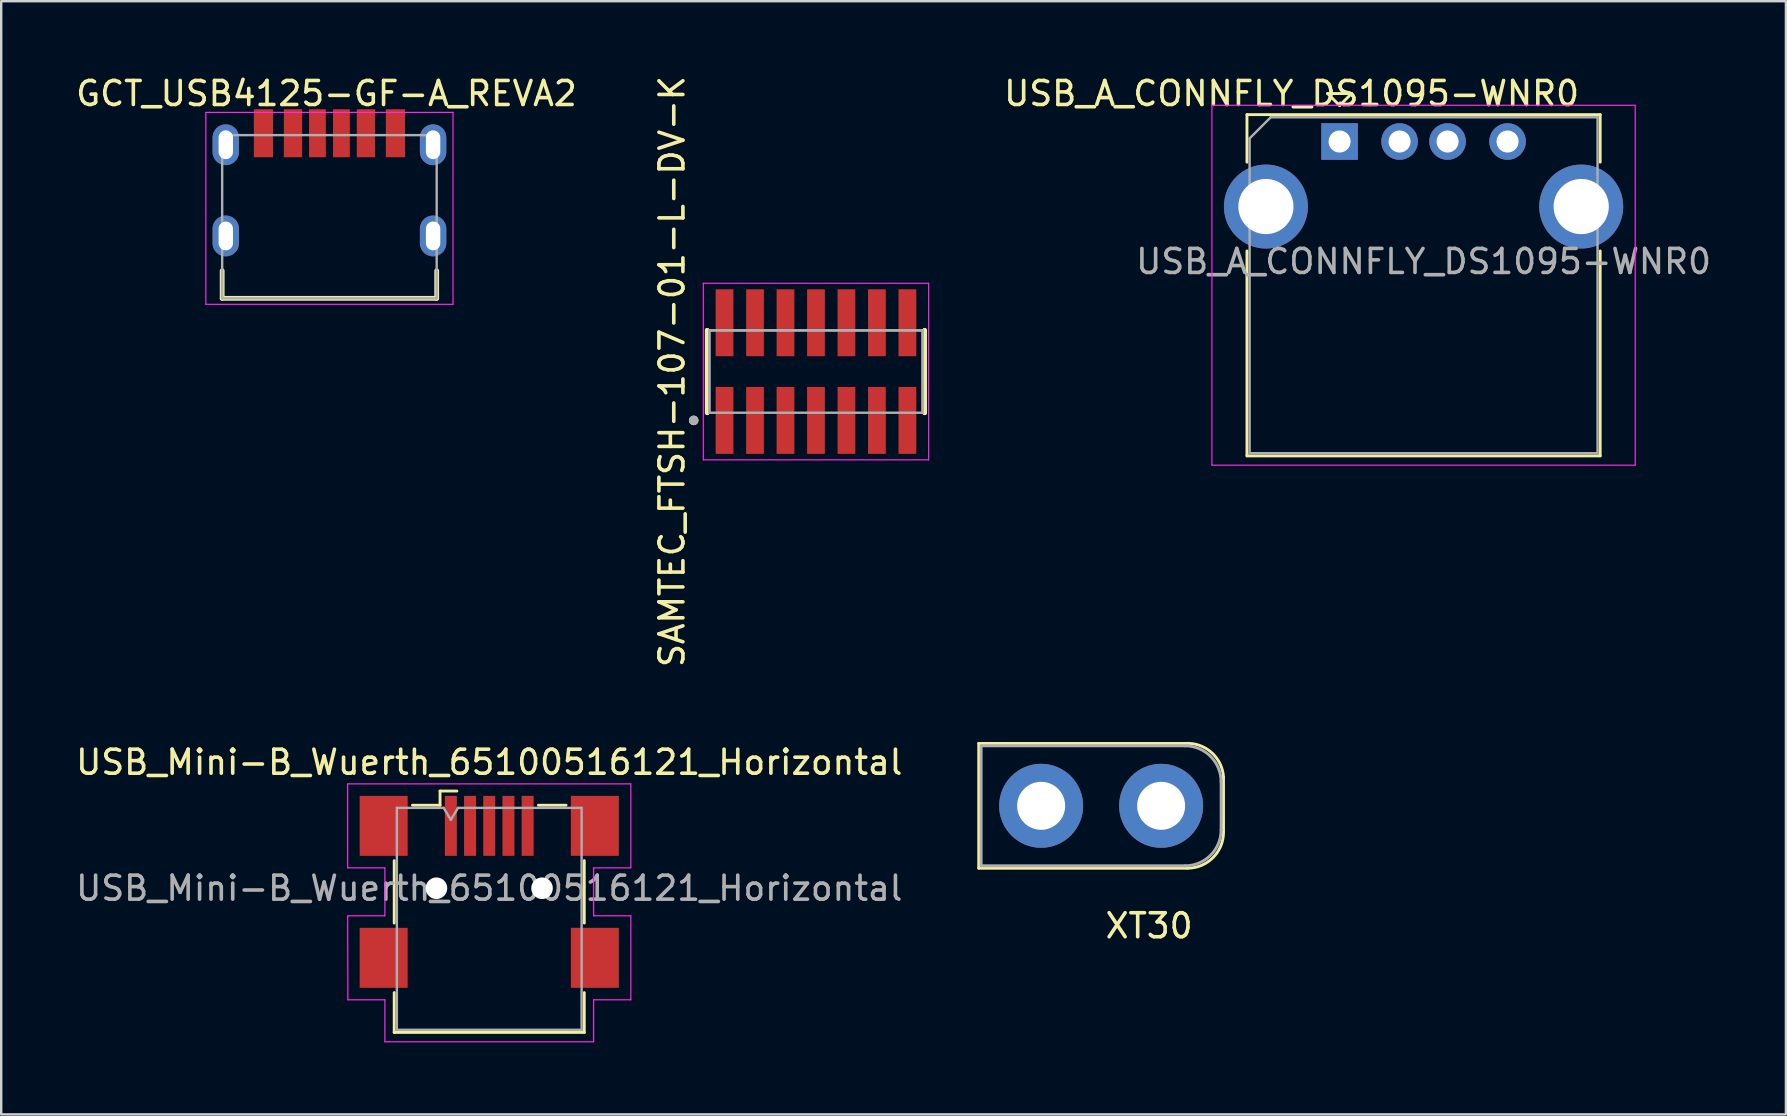
<source format=kicad_pcb>
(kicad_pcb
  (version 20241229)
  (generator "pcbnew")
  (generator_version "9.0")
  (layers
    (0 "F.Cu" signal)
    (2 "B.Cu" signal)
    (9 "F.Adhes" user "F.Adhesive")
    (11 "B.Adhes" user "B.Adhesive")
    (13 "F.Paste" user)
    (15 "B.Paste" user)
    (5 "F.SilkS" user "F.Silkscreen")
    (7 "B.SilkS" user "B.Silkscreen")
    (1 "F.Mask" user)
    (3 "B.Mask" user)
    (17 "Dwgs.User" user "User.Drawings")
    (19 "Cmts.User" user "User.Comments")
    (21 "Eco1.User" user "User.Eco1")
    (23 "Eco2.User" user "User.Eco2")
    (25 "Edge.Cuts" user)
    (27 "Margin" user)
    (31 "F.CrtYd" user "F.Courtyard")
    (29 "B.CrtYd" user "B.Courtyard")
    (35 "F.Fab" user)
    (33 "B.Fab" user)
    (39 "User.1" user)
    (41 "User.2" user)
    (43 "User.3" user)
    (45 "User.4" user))
  (footprint "XT30"
    (layer "F.Cu")
    (at 42.839 30.532)
    (property "Reference" "XT30" (at 2 5 0) (layer "F.SilkS") (effects (font (size 1 1) (thickness 0.15))))
    (attr through_hole)
    (fp_line (start -5.1 -2.6) (end -5.1 2.6) (stroke (width 0.12) (type solid)) (layer "F.SilkS"))
    (fp_line (start -5.1 2.6) (end 3.6 2.6) (stroke (width 0.12) (type solid)) (layer "F.SilkS"))
    (fp_line (start 3.5 -2.6) (end -5.1 -2.6) (stroke (width 0.12) (type solid)) (layer "F.SilkS"))
    (fp_line (start 5.1 1.1) (end 5.1 -1.2) (stroke (width 0.12) (type solid)) (layer "F.SilkS"))
    (fp_arc (start 3.5 -2.6) (mid 4.589949 -2.231371) (end 5.1 -1.2) (stroke (width 0.12) (type solid)) (layer "F.SilkS"))
    (fp_arc (start 5.1 1.1) (mid 4.66066 2.16066) (end 3.6 2.6) (stroke (width 0.12) (type solid)) (layer "F.SilkS"))
    (fp_line (start -5 -2.5) (end -5 2.5) (stroke (width 0.12) (type solid)) (layer "F.Fab"))
    (fp_line (start -5 -2.5) (end 3.5 -2.5) (stroke (width 0.12) (type solid)) (layer "F.Fab"))
    (fp_line (start -5 2.5) (end 3.5 2.5) (stroke (width 0.12) (type solid)) (layer "F.Fab"))
    (fp_line (start 5 -1) (end 5 1) (stroke (width 0.12) (type solid)) (layer "F.Fab"))
    (fp_arc (start 3.5 -2.5) (mid 4.56066 -2.06066) (end 5 -1) (stroke (width 0.12) (type solid)) (layer "F.Fab"))
    (fp_arc (start 5 1) (mid 4.56066 2.06066) (end 3.5 2.5) (stroke (width 0.12) (type solid)) (layer "F.Fab"))
    (pad "1" thru_hole circle (at -2.5 0 90) (size 3.5 3.5) (drill 2) (layers "*.Cu" "*.Mask"))
    (pad "2" thru_hole circle (at 2.5 0 90) (size 3.5 3.5) (drill 2) (layers "*.Cu" "*.Mask")))
  (footprint "USB_Mini-B_Wuerth_65100516121_Horizontal"
    (layer "F.Cu")
    (at 17.339 33.967)
    (property "Reference" "USB_Mini-B_Wuerth_65100516121_Horizontal" (at 0 -5.25 0) (layer "F.SilkS") (effects (font (size 1 1) (thickness 0.15))))
    (attr smd)
    (fp_line (start -3.96 1.45) (end -3.96 -1.15) (stroke (width 0.12) (type solid)) (layer "F.SilkS"))
    (fp_line (start -3.96 4.35) (end -3.96 6.01) (stroke (width 0.12) (type solid)) (layer "F.SilkS"))
    (fp_line (start -3.96 6.01) (end 3.96 6.01) (stroke (width 0.12) (type solid)) (layer "F.SilkS"))
    (fp_line (start -3.2 -3.46) (end -2.05 -3.46) (stroke (width 0.12) (type solid)) (layer "F.SilkS"))
    (fp_line (start -2.05 -4.05) (end -1.35 -4.05) (stroke (width 0.12) (type solid)) (layer "F.SilkS"))
    (fp_line (start -2.05 -3.46) (end -2.05 -4.05) (stroke (width 0.12) (type solid)) (layer "F.SilkS"))
    (fp_line (start 2.05 -3.46) (end 3.2 -3.46) (stroke (width 0.12) (type solid)) (layer "F.SilkS"))
    (fp_line (start 3.96 -1.15) (end 3.96 1.45) (stroke (width 0.12) (type solid)) (layer "F.SilkS"))
    (fp_line (start 3.96 6.01) (end 3.96 4.35) (stroke (width 0.12) (type solid)) (layer "F.SilkS"))
    (fp_line (start -5.9 -4.35) (end 5.9 -4.35) (stroke (width 0.05) (type solid)) (layer "F.CrtYd"))
    (fp_line (start -5.9 -0.85) (end -5.9 -4.35) (stroke (width 0.05) (type solid)) (layer "F.CrtYd"))
    (fp_line (start -5.9 1.15) (end -4.35 1.15) (stroke (width 0.05) (type solid)) (layer "F.CrtYd"))
    (fp_line (start -5.89 4.65) (end -5.9 1.15) (stroke (width 0.05) (type solid)) (layer "F.CrtYd"))
    (fp_line (start -4.35 -0.85) (end -5.9 -0.85) (stroke (width 0.05) (type solid)) (layer "F.CrtYd"))
    (fp_line (start -4.35 1.15) (end -4.35 -0.85) (stroke (width 0.05) (type solid)) (layer "F.CrtYd"))
    (fp_line (start -4.35 4.65) (end -5.89 4.65) (stroke (width 0.05) (type solid)) (layer "F.CrtYd"))
    (fp_line (start -4.35 6.4) (end -4.35 4.65) (stroke (width 0.05) (type solid)) (layer "F.CrtYd"))
    (fp_line (start 4.35 -0.85) (end 4.35 1.15) (stroke (width 0.05) (type solid)) (layer "F.CrtYd"))
    (fp_line (start 4.35 1.15) (end 5.9 1.15) (stroke (width 0.05) (type solid)) (layer "F.CrtYd"))
    (fp_line (start 4.35 4.65) (end 4.35 6.4) (stroke (width 0.05) (type solid)) (layer "F.CrtYd"))
    (fp_line (start 4.35 6.4) (end -4.35 6.4) (stroke (width 0.05) (type solid)) (layer "F.CrtYd"))
    (fp_line (start 5.9 -4.35) (end 5.9 -0.85) (stroke (width 0.05) (type solid)) (layer "F.CrtYd"))
    (fp_line (start 5.9 -0.85) (end 4.35 -0.85) (stroke (width 0.05) (type solid)) (layer "F.CrtYd"))
    (fp_line (start 5.9 1.15) (end 5.9 4.65) (stroke (width 0.05) (type solid)) (layer "F.CrtYd"))
    (fp_line (start 5.9 4.65) (end 4.35 4.65) (stroke (width 0.05) (type solid)) (layer "F.CrtYd"))
    (fp_line (start -3.85 -3.35) (end -1.9 -3.35) (stroke (width 0.1) (type solid)) (layer "F.Fab"))
    (fp_line (start -3.85 5.9) (end -3.85 -3.35) (stroke (width 0.1) (type solid)) (layer "F.Fab"))
    (fp_line (start -1.9 -3.35) (end -1.6 -2.85) (stroke (width 0.1) (type solid)) (layer "F.Fab"))
    (fp_line (start -1.6 -2.85) (end -1.3 -3.35) (stroke (width 0.1) (type solid)) (layer "F.Fab"))
    (fp_line (start -1.3 -3.35) (end 3.85 -3.35) (stroke (width 0.1) (type solid)) (layer "F.Fab"))
    (fp_line (start 3.85 -3.35) (end 3.85 5.9) (stroke (width 0.1) (type solid)) (layer "F.Fab"))
    (fp_line (start 3.85 5.9) (end -3.85 5.9) (stroke (width 0.1) (type solid)) (layer "F.Fab"))
    (fp_text user "${REFERENCE}" (at 0 0 0) (layer "F.Fab") (effects (font (size 1 1) (thickness 0.15))))
    (pad "" np_thru_hole circle (at -2.2 0) (size 0.9 0.9) (drill 0.9) (layers "*.Cu" "*.Mask"))
    (pad "" np_thru_hole circle (at 2.2 0) (size 0.9 0.9) (drill 0.9) (layers "*.Cu" "*.Mask"))
    (pad "1" smd rect (at -1.6 -2.6) (size 0.5 2.5) (layers "F.Cu" "F.Mask" "F.Paste"))
    (pad "2" smd rect (at -0.8 -2.6) (size 0.5 2.5) (layers "F.Cu" "F.Mask" "F.Paste"))
    (pad "3" smd rect (at 0 -2.6) (size 0.5 2.5) (layers "F.Cu" "F.Mask" "F.Paste"))
    (pad "4" smd rect (at 0.8 -2.6) (size 0.5 2.5) (layers "F.Cu" "F.Mask" "F.Paste"))
    (pad "5" smd rect (at 1.6 -2.6) (size 0.5 2.5) (layers "F.Cu" "F.Mask" "F.Paste"))
    (pad "6" smd rect (at -4.4 -2.6) (size 2 2.5) (layers "F.Cu" "F.Mask" "F.Paste"))
    (pad "6" smd rect (at -4.4 2.9) (size 2 2.5) (layers "F.Cu" "F.Mask" "F.Paste"))
    (pad "6" smd rect (at 4.4 -2.6) (size 2 2.5) (layers "F.Cu" "F.Mask" "F.Paste"))
    (pad "6" smd rect (at 4.4 2.9) (size 2 2.5) (layers "F.Cu" "F.Mask" "F.Paste")))
  (footprint "SAMTEC_FTSH-107-01-L-DV-K"
    (layer "F.Cu")
    (at 30.955 12.435)
    (property "Reference" "SAMTEC_FTSH-107-01-L-DV-K" (at -6 0 90) (layer "F.SilkS") (effects (font (size 1 1) (thickness 0.15))))
    (attr through_hole)
    (fp_line (start -4.53 -1.715) (end -4.53 -1.715) (stroke (width 0.2) (type solid)) (layer "F.SilkS"))
    (fp_line (start -4.53 1.715) (end -4.53 -1.715) (stroke (width 0.2) (type solid)) (layer "F.SilkS"))
    (fp_line (start -4.53 1.715) (end -4.53 1.715) (stroke (width 0.2) (type solid)) (layer "F.SilkS"))
    (fp_line (start 4.53 -1.715) (end 4.53 -1.715) (stroke (width 0.2) (type solid)) (layer "F.SilkS"))
    (fp_line (start 4.53 -1.715) (end 4.53 1.715) (stroke (width 0.2) (type solid)) (layer "F.SilkS"))
    (fp_line (start 4.53 1.715) (end 4.53 1.715) (stroke (width 0.2) (type solid)) (layer "F.SilkS"))
    (fp_circle (center -5.095 2.035) (end -4.995 2.035) (stroke (width 0.2) (type solid)) (fill no) (layer "F.SilkS"))
    (fp_line (start -4.695 -3.68) (end 4.695 -3.68) (stroke (width 0.05) (type solid)) (layer "F.CrtYd"))
    (fp_line (start -4.695 3.68) (end -4.695 -3.68) (stroke (width 0.05) (type solid)) (layer "F.CrtYd"))
    (fp_line (start 4.695 -3.68) (end 4.695 3.68) (stroke (width 0.05) (type solid)) (layer "F.CrtYd"))
    (fp_line (start 4.695 3.68) (end -4.695 3.68) (stroke (width 0.05) (type solid)) (layer "F.CrtYd"))
    (fp_line (start -4.445 -1.715) (end 4.445 -1.715) (stroke (width 0.1) (type solid)) (layer "F.Fab"))
    (fp_line (start -4.445 -1.715) (end 4.445 -1.715) (stroke (width 0.1) (type solid)) (layer "F.Fab"))
    (fp_line (start -4.445 1.715) (end -4.445 -1.715) (stroke (width 0.1) (type solid)) (layer "F.Fab"))
    (fp_line (start -4.445 1.715) (end -4.445 -1.715) (stroke (width 0.1) (type solid)) (layer "F.Fab"))
    (fp_line (start 4.445 -1.715) (end 4.445 1.715) (stroke (width 0.1) (type solid)) (layer "F.Fab"))
    (fp_line (start 4.445 -1.715) (end 4.445 1.715) (stroke (width 0.1) (type solid)) (layer "F.Fab"))
    (fp_line (start 4.445 1.715) (end -4.445 1.715) (stroke (width 0.1) (type solid)) (layer "F.Fab"))
    (fp_circle (center -5.095 2.035) (end -4.995 2.035) (stroke (width 0.2) (type solid)) (fill no) (layer "F.Fab"))
    (pad "1" smd rect (at -3.81 2.035) (size 0.74 2.79) (layers "F.Cu" "F.Mask" "F.Paste"))
    (pad "2" smd rect (at -3.81 -2.035) (size 0.74 2.79) (layers "F.Cu" "F.Mask" "F.Paste"))
    (pad "3" smd rect (at -2.54 2.035) (size 0.74 2.79) (layers "F.Cu" "F.Mask" "F.Paste"))
    (pad "4" smd rect (at -2.54 -2.035) (size 0.74 2.79) (layers "F.Cu" "F.Mask" "F.Paste"))
    (pad "5" smd rect (at -1.27 2.035) (size 0.74 2.79) (layers "F.Cu" "F.Mask" "F.Paste"))
    (pad "6" smd rect (at -1.27 -2.035) (size 0.74 2.79) (layers "F.Cu" "F.Mask" "F.Paste"))
    (pad "7" smd rect (at 0 2.035) (size 0.74 2.79) (layers "F.Cu" "F.Mask" "F.Paste"))
    (pad "8" smd rect (at 0 -2.035) (size 0.74 2.79) (layers "F.Cu" "F.Mask" "F.Paste"))
    (pad "9" smd rect (at 1.27 2.035) (size 0.74 2.79) (layers "F.Cu" "F.Mask" "F.Paste"))
    (pad "10" smd rect (at 1.27 -2.035) (size 0.74 2.79) (layers "F.Cu" "F.Mask" "F.Paste"))
    (pad "11" smd rect (at 2.54 2.035) (size 0.74 2.79) (layers "F.Cu" "F.Mask" "F.Paste"))
    (pad "12" smd rect (at 2.54 -2.035) (size 0.74 2.79) (layers "F.Cu" "F.Mask" "F.Paste"))
    (pad "13" smd rect (at 3.81 2.035) (size 0.74 2.79) (layers "F.Cu" "F.Mask" "F.Paste"))
    (pad "14" smd rect (at 3.81 -2.035) (size 0.74 2.79) (layers "F.Cu" "F.Mask" "F.Paste")))
  (footprint "GCT_USB4125-GF-A_REVA2"
    (layer "F.Cu")
    (at 10.679 5.983)
    (property "Reference" "GCT_USB4125-GF-A_REVA2" (at -0.125 -5.135 0) (layer "F.SilkS") (effects (font (size 1 1) (thickness 0.15))))
    (attr smd)
    (fp_line (start -4.47 2.25) (end -4.47 3.4) (stroke (width 0.2) (type solid)) (layer "F.SilkS"))
    (fp_line (start -4.47 3.4) (end 4.47 3.4) (stroke (width 0.2) (type solid)) (layer "F.SilkS"))
    (fp_line (start 4.47 3.4) (end 4.47 2.25) (stroke (width 0.2) (type solid)) (layer "F.SilkS"))
    (fp_line (start -5.15 -4.35) (end 5.15 -4.35) (stroke (width 0.05) (type solid)) (layer "F.CrtYd"))
    (fp_line (start -5.15 3.65) (end -5.15 -4.35) (stroke (width 0.05) (type solid)) (layer "F.CrtYd"))
    (fp_line (start 5.15 -4.35) (end 5.15 3.65) (stroke (width 0.05) (type solid)) (layer "F.CrtYd"))
    (fp_line (start 5.15 3.65) (end -5.15 3.65) (stroke (width 0.05) (type solid)) (layer "F.CrtYd"))
    (fp_line (start -4.47 -3.4) (end 4.47 -3.4) (stroke (width 0.1) (type solid)) (layer "F.Fab"))
    (fp_line (start -4.47 3.4) (end -4.47 -3.4) (stroke (width 0.1) (type solid)) (layer "F.Fab"))
    (fp_line (start 4.47 -3.4) (end 4.47 3.4) (stroke (width 0.1) (type solid)) (layer "F.Fab"))
    (fp_line (start 4.47 3.4) (end -4.47 3.4) (stroke (width 0.1) (type solid)) (layer "F.Fab"))
    (pad "A5" smd rect (at -0.5 -3.48) (size 0.7 2) (layers "F.Cu" "F.Mask" "F.Paste"))
    (pad "A9" smd rect (at 1.52 -3.48) (size 0.76 2) (layers "F.Cu" "F.Mask" "F.Paste"))
    (pad "A12" smd rect (at 2.75 -3.48) (size 0.8 2) (layers "F.Cu" "F.Mask" "F.Paste"))
    (pad "B5" smd rect (at 0.5 -3.48) (size 0.7 2) (layers "F.Cu" "F.Mask" "F.Paste"))
    (pad "B9" smd rect (at -1.52 -3.48) (size 0.76 2) (layers "F.Cu" "F.Mask" "F.Paste"))
    (pad "B12" smd rect (at -2.75 -3.48) (size 0.8 2) (layers "F.Cu" "F.Mask" "F.Paste"))
    (pad "S1" thru_hole oval (at -4.32 -3) (size 1.1 1.7) (drill oval 0.6 1.2) (layers "*.Cu" "*.Mask"))
    (pad "S1" thru_hole oval (at -4.32 0.8) (size 1.1 1.7) (drill oval 0.6 1.2) (layers "*.Cu" "*.Mask"))
    (pad "S1" thru_hole oval (at 4.32 -3) (size 1.1 1.7) (drill oval 0.6 1.2) (layers "*.Cu" "*.Mask"))
    (pad "S1" thru_hole oval (at 4.32 0.8) (size 1.1 1.7) (drill oval 0.6 1.2) (layers "*.Cu" "*.Mask")))
  (footprint "USB_A_CONNFLY_DS1095-WNR0"
    (layer "F.Cu")
    (at 52.777 2.848)
    (property "Reference" "USB_A_CONNFLY_DS1095-WNR0" (at -2 -2 180) (layer "F.SilkS") (effects (font (size 1 1) (thickness 0.15))))
    (attr through_hole)
    (fp_line (start -3.86 -1.12) (end -3.86 0.86) (stroke (width 0.12) (type solid)) (layer "F.SilkS"))
    (fp_line (start -3.86 -1.12) (end 10.86 -1.12) (stroke (width 0.12) (type solid)) (layer "F.SilkS"))
    (fp_line (start -3.86 4.56) (end -3.86 13.1) (stroke (width 0.12) (type solid)) (layer "F.SilkS"))
    (fp_line (start -3.86 13.1) (end 10.86 13.1) (stroke (width 0.12) (type solid)) (layer "F.SilkS"))
    (fp_line (start -0.5 -2) (end 0 -1.5) (stroke (width 0.12) (type solid)) (layer "F.SilkS"))
    (fp_line (start 0 -1.5) (end 0.5 -2) (stroke (width 0.12) (type solid)) (layer "F.SilkS"))
    (fp_line (start 0.5 -2) (end -0.5 -2) (stroke (width 0.12) (type solid)) (layer "F.SilkS"))
    (fp_line (start 10.86 0.86) (end 10.86 -1.12) (stroke (width 0.12) (type solid)) (layer "F.SilkS"))
    (fp_line (start 10.86 4.56) (end 10.86 13.1) (stroke (width 0.12) (type solid)) (layer "F.SilkS"))
    (fp_line (start -5.32 -1.51) (end -5.32 13.49) (stroke (width 0.05) (type solid)) (layer "F.CrtYd"))
    (fp_line (start -5.32 -1.51) (end 12.32 -1.51) (stroke (width 0.05) (type solid)) (layer "F.CrtYd"))
    (fp_line (start 12.32 -1.51) (end 12.32 13.49) (stroke (width 0.05) (type solid)) (layer "F.CrtYd"))
    (fp_line (start 12.32 13.49) (end -5.32 13.49) (stroke (width 0.05) (type solid)) (layer "F.CrtYd"))
    (fp_line (start -3.75 -0.13) (end -3.75 12.99) (stroke (width 0.1) (type solid)) (layer "F.Fab"))
    (fp_line (start -3.75 12.99) (end 10.75 12.99) (stroke (width 0.1) (type solid)) (layer "F.Fab"))
    (fp_line (start -2.87 -1.01) (end -3.75 -0.13) (stroke (width 0.1) (type solid)) (layer "F.Fab"))
    (fp_line (start -2.87 -1.01) (end 10.75 -1.01) (stroke (width 0.1) (type solid)) (layer "F.Fab"))
    (fp_line (start 10.75 -1.01) (end 10.75 12.99) (stroke (width 0.1) (type solid)) (layer "F.Fab"))
    (fp_text user "${REFERENCE}" (at 3.5 5 180) (layer "F.Fab") (effects (font (size 1 1) (thickness 0.15))))
    (pad "1" thru_hole rect (at 0 0) (size 1.524 1.524) (drill 0.92) (layers "*.Cu" "*.Mask"))
    (pad "2" thru_hole circle (at 2.5 0) (size 1.524 1.524) (drill 0.92) (layers "*.Cu" "*.Mask"))
    (pad "3" thru_hole circle (at 4.5 0) (size 1.524 1.524) (drill 0.92) (layers "*.Cu" "*.Mask"))
    (pad "4" thru_hole circle (at 7 0) (size 1.524 1.524) (drill 0.92) (layers "*.Cu" "*.Mask"))
    (pad "5" thru_hole circle (at -3.07 2.71) (size 3.5 3.5) (drill 2.3) (layers "*.Cu" "*.Mask"))
    (pad "5" thru_hole circle (at 10.07 2.71) (size 3.5 3.5) (drill 2.3) (layers "*.Cu" "*.Mask")))
  (gr_rect
    (start -3 -3)
    (end 71.378 43.392)
    (stroke (width 0.1) (type default))
    (fill no)
    (layer "Edge.Cuts")))
</source>
